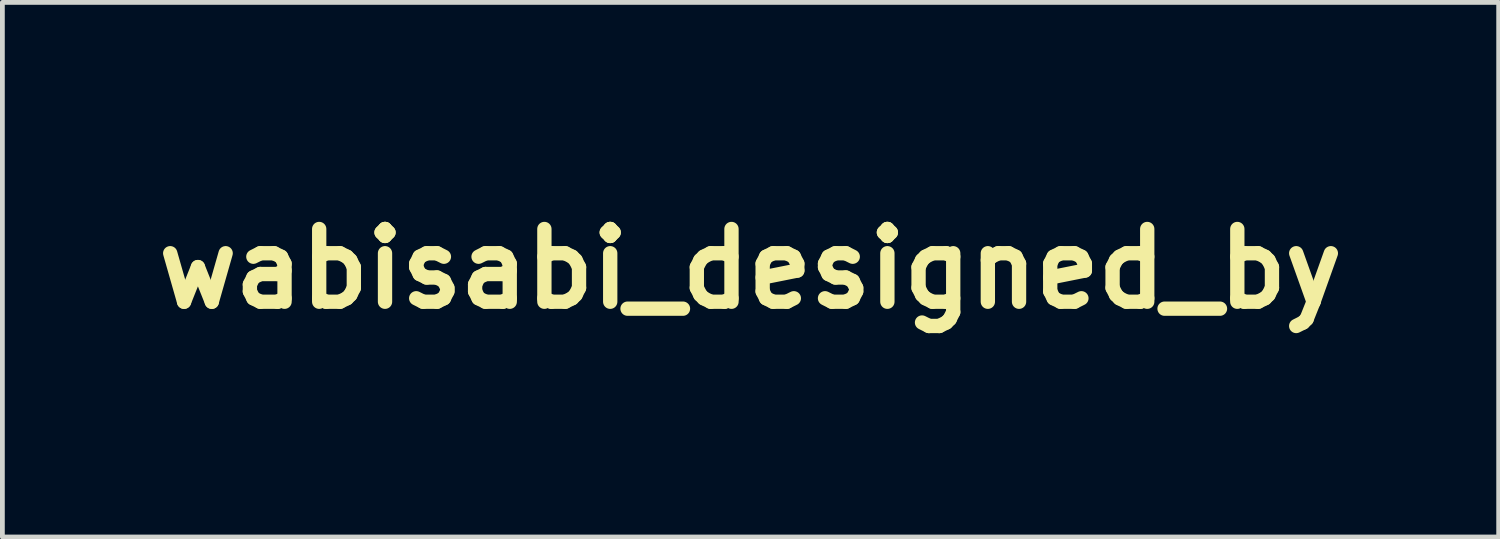
<source format=kicad_pcb>
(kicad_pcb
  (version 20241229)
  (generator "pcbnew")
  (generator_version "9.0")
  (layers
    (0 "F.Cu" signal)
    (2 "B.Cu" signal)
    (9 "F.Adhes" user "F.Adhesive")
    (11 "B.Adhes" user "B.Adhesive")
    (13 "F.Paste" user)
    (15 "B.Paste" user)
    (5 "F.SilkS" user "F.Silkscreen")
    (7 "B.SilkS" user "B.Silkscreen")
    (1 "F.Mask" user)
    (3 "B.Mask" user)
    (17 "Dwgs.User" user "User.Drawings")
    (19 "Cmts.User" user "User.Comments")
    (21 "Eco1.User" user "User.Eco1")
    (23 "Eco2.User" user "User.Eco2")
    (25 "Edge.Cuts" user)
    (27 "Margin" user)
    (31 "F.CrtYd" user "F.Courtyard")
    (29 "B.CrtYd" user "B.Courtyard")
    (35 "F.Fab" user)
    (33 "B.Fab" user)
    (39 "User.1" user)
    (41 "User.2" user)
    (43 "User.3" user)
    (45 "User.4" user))
  (footprint "wabisabi_designed_by"
    (layer "F.Cu")
    (at 12.671 2.581)
    (property "Reference" "wabisabi_designed_by" (at 0 0 0) (layer "F.SilkS") (effects (font (size 1.524 1.524) (thickness 0.3))))
    (attr through_hole)
    (fp_poly (pts (xy -4.189 1.255) (xy -4.173 1.324) (xy -4.19 1.396) (xy -4.245 1.415) (xy -4.302 1.394) (xy -4.318 1.324) (xy -4.301 1.253) (xy -4.245 1.234) (xy -4.189 1.255)) (stroke (width 0.01) (type solid)) (fill yes) (layer "F.Mask"))
    (fp_poly (pts (xy 3.629 -1.959) (xy 2.83 -1.959) (xy 2.83 0.036) (xy 2.25 0.036) (xy 2.25 -2.359) (xy 2.431 -2.359) (xy 2.431 -0.145) (xy 2.649 -0.145) (xy 2.649 -2.141) (xy 3.447 -2.141) (xy 3.447 -2.359) (xy 2.431 -2.359) (xy 2.25 -2.359) (xy 2.25 -2.54) (xy 3.629 -2.54) (xy 3.629 -1.959)) (stroke (width 0.01) (type solid)) (fill yes) (layer "F.Mask"))
    (fp_poly (pts (xy 11.757 0.472) (xy 10.414 0.472) (xy 10.414 0.073) (xy 10.595 0.073) (xy 10.595 0.29) (xy 11.575 0.29) (xy 11.575 -1.923) (xy 11.394 -1.923) (xy 11.394 0.073) (xy 10.595 0.073) (xy 10.414 0.073) (xy 10.414 -0.109) (xy 11.212 -0.109) (xy 11.212 -2.105) (xy 11.757 -2.105) (xy 11.757 0.472)) (stroke (width 0.01) (type solid)) (fill yes) (layer "F.Mask"))
    (fp_poly (pts (xy 5.76 -2.533) (xy 5.846 -2.521) (xy 5.887 -2.491) (xy 5.903 -2.419) (xy 5.908 -2.369) (xy 5.919 -2.216) (xy 6.361 -2.205) (xy 6.804 -2.195) (xy 6.824 -1.488) (xy 6.531 -1.488) (xy 6.531 -1.959) (xy 4.971 -1.959) (xy 4.971 -1.524) (xy 4.714 -1.524) (xy 4.735 -2.195) (xy 5.624 -2.216) (xy 5.624 -2.544) (xy 5.76 -2.533)) (stroke (width 0.01) (type solid)) (fill yes) (layer "F.Mask"))
    (fp_poly (pts (xy 8.387 -0.741) (xy 8.437 -0.702) (xy 8.492 -0.616) (xy 8.556 -0.475) (xy 8.619 -0.314) (xy 8.655 -0.208) (xy 8.663 -0.147) (xy 8.643 -0.114) (xy 8.633 -0.106) (xy 8.541 -0.075) (xy 8.463 -0.093) (xy 8.43 -0.136) (xy 8.404 -0.2) (xy 8.358 -0.307) (xy 8.303 -0.433) (xy 8.248 -0.565) (xy 8.227 -0.648) (xy 8.243 -0.698) (xy 8.298 -0.729) (xy 8.335 -0.742) (xy 8.387 -0.741)) (stroke (width 0.01) (type solid)) (fill yes) (layer "F.Mask"))
    (fp_poly (pts (xy 7.502 -0.735) (xy 7.514 -0.733) (xy 7.576 -0.71) (xy 7.608 -0.66) (xy 7.61 -0.574) (xy 7.581 -0.445) (xy 7.519 -0.266) (xy 7.432 -0.045) (xy 7.371 0.093) (xy 7.323 0.173) (xy 7.275 0.206) (xy 7.215 0.201) (xy 7.159 0.181) (xy 7.079 0.149) (xy 7.182 -0.08) (xy 7.248 -0.241) (xy 7.312 -0.417) (xy 7.347 -0.529) (xy 7.382 -0.648) (xy 7.412 -0.712) (xy 7.447 -0.736) (xy 7.502 -0.735)) (stroke (width 0.01) (type solid)) (fill yes) (layer "F.Mask"))
    (fp_poly (pts (xy -9.616 -1.923) (xy -10.524 -1.923) (xy -10.811 -1.924) (xy -11.033 -1.926) (xy -11.198 -1.93) (xy -11.315 -1.936) (xy -11.391 -1.946) (xy -11.434 -1.958) (xy -11.452 -1.974) (xy -11.452 -1.975) (xy -11.463 -2.056) (xy -11.46 -2.093) (xy -11.452 -2.114) (xy -11.43 -2.129) (xy -11.386 -2.141) (xy -11.312 -2.15) (xy -11.2 -2.157) (xy -11.041 -2.162) (xy -10.826 -2.165) (xy -10.547 -2.169) (xy -10.531 -2.169) (xy -9.616 -2.178) (xy -9.616 -1.923)) (stroke (width 0.01) (type solid)) (fill yes) (layer "F.Mask"))
    (fp_poly (pts (xy -4.214 1.529) (xy -4.193 1.551) (xy -4.181 1.603) (xy -4.175 1.698) (xy -4.173 1.848) (xy -4.173 1.923) (xy -4.174 2.098) (xy -4.178 2.212) (xy -4.187 2.28) (xy -4.204 2.312) (xy -4.232 2.322) (xy -4.245 2.322) (xy -4.277 2.318) (xy -4.298 2.296) (xy -4.31 2.243) (xy -4.316 2.148) (xy -4.318 1.998) (xy -4.318 1.923) (xy -4.317 1.748) (xy -4.313 1.634) (xy -4.304 1.567) (xy -4.286 1.534) (xy -4.259 1.524) (xy -4.245 1.524) (xy -4.214 1.529)) (stroke (width 0.01) (type solid)) (fill yes) (layer "F.Mask"))
    (fp_poly (pts (xy 7.947 -1.669) (xy 8.532 -1.669) (xy 8.52 -1.551) (xy 8.509 -1.433) (xy 8.228 -1.423) (xy 7.947 -1.412) (xy 7.947 -1.091) (xy 8.3 -1.081) (xy 8.654 -1.07) (xy 8.654 -0.853) (xy 8.055 -0.832) (xy 8.055 0.328) (xy 7.962 0.364) (xy 7.863 0.386) (xy 7.733 0.395) (xy 7.607 0.392) (xy 7.52 0.375) (xy 7.488 0.329) (xy 7.475 0.251) (xy 7.48 0.186) (xy 7.508 0.155) (xy 7.579 0.146) (xy 7.638 0.145) (xy 7.801 0.145) (xy 7.801 -0.835) (xy 7.112 -0.835) (xy 7.112 -1.089) (xy 7.654 -1.089) (xy 7.664 -1.533) (xy 7.674 -1.978) (xy 7.811 -1.989) (xy 7.947 -2) (xy 7.947 -1.669)) (stroke (width 0.01) (type solid)) (fill yes) (layer "F.Mask"))
    (fp_poly (pts (xy -6.551 1.287) (xy -6.374 1.339) (xy -6.242 1.43) (xy -6.223 1.45) (xy -6.183 1.511) (xy -6.16 1.592) (xy -6.151 1.715) (xy -6.15 1.796) (xy -6.155 1.947) (xy -6.17 2.046) (xy -6.201 2.114) (xy -6.223 2.142) (xy -6.348 2.24) (xy -6.517 2.299) (xy -6.74 2.322) (xy -6.784 2.322) (xy -7.039 2.322) (xy -7.039 1.415) (xy -6.858 1.415) (xy -6.858 2.177) (xy -6.675 2.177) (xy -6.547 2.168) (xy -6.46 2.136) (xy -6.403 2.088) (xy -6.344 2.011) (xy -6.318 1.915) (xy -6.314 1.819) (xy -6.318 1.701) (xy -6.329 1.607) (xy -6.336 1.58) (xy -6.398 1.508) (xy -6.51 1.45) (xy -6.649 1.419) (xy -6.711 1.415) (xy -6.858 1.415) (xy -7.039 1.415) (xy -7.039 1.27) (xy -6.784 1.27) (xy -6.551 1.287)) (stroke (width 0.01) (type solid)) (fill yes) (layer "F.Mask"))
    (fp_poly (pts (xy -1.996 -2.331) (xy -1.977 -2.329) (xy -1.894 -2.314) (xy -1.853 -2.294) (xy -1.852 -2.291) (xy -1.86 -2.246) (xy -1.881 -2.152) (xy -1.908 -2.032) (xy -1.942 -1.83) (xy -1.967 -1.577) (xy -1.982 -1.291) (xy -1.987 -0.992) (xy -1.981 -0.701) (xy -1.963 -0.437) (xy -1.941 -0.254) (xy -1.908 -0.05) (xy -1.887 0.093) (xy -1.878 0.186) (xy -1.883 0.241) (xy -1.903 0.268) (xy -1.937 0.279) (xy -1.982 0.283) (xy -2.076 0.276) (xy -2.119 0.233) (xy -2.16 0.083) (xy -2.194 -0.124) (xy -2.22 -0.375) (xy -2.237 -0.654) (xy -2.246 -0.947) (xy -2.246 -1.24) (xy -2.235 -1.518) (xy -2.214 -1.766) (xy -2.194 -1.909) (xy -2.162 -2.092) (xy -2.138 -2.215) (xy -2.115 -2.288) (xy -2.088 -2.325) (xy -2.05 -2.336) (xy -1.996 -2.331)) (stroke (width 0.01) (type solid)) (fill yes) (layer "F.Mask"))
    (fp_poly (pts (xy 4.627 -2.452) (xy 4.67 -2.435) (xy 4.694 -2.401) (xy 4.697 -2.34) (xy 4.679 -2.241) (xy 4.638 -2.093) (xy 4.586 -1.923) (xy 4.561 -1.84) (xy 4.541 -1.762) (xy 4.526 -1.679) (xy 4.515 -1.581) (xy 4.508 -1.458) (xy 4.504 -1.3) (xy 4.501 -1.096) (xy 4.5 -0.837) (xy 4.5 -0.626) (xy 4.499 0.399) (xy 4.209 0.399) (xy 4.209 -1.107) (xy 4.092 -0.916) (xy 4.027 -0.816) (xy 3.974 -0.747) (xy 3.948 -0.726) (xy 3.922 -0.757) (xy 3.89 -0.835) (xy 3.879 -0.869) (xy 3.858 -0.956) (xy 3.861 -1.023) (xy 3.895 -1.1) (xy 3.948 -1.186) (xy 4.125 -1.506) (xy 4.278 -1.869) (xy 4.366 -2.139) (xy 4.41 -2.279) (xy 4.453 -2.388) (xy 4.487 -2.452) (xy 4.497 -2.46) (xy 4.562 -2.463) (xy 4.627 -2.452)) (stroke (width 0.01) (type solid)) (fill yes) (layer "F.Mask"))
    (fp_poly (pts (xy 0.987 1.531) (xy 1.035 1.553) (xy 1.082 1.612) (xy 1.136 1.721) (xy 1.18 1.826) (xy 1.293 2.109) (xy 1.404 1.826) (xy 1.467 1.676) (xy 1.517 1.585) (xy 1.564 1.54) (xy 1.592 1.531) (xy 1.653 1.535) (xy 1.669 1.553) (xy 1.655 1.608) (xy 1.618 1.712) (xy 1.563 1.85) (xy 1.497 2.009) (xy 1.427 2.172) (xy 1.358 2.326) (xy 1.298 2.455) (xy 1.252 2.545) (xy 1.227 2.581) (xy 1.151 2.608) (xy 1.065 2.611) (xy 0.999 2.591) (xy 0.98 2.562) (xy 1.011 2.516) (xy 1.07 2.489) (xy 1.143 2.455) (xy 1.179 2.392) (xy 1.179 2.292) (xy 1.142 2.148) (xy 1.069 1.951) (xy 1.057 1.921) (xy 0.996 1.772) (xy 0.947 1.648) (xy 0.916 1.566) (xy 0.907 1.539) (xy 0.937 1.528) (xy 0.987 1.531)) (stroke (width 0.01) (type solid)) (fill yes) (layer "F.Mask"))
    (fp_poly (pts (xy 4.108 1.172) (xy 4.114 1.216) (xy 4.1 1.27) (xy 4.084 1.343) (xy 4.105 1.373) (xy 4.179 1.379) (xy 4.194 1.379) (xy 4.286 1.391) (xy 4.318 1.43) (xy 4.318 1.433) (xy 4.293 1.472) (xy 4.211 1.487) (xy 4.179 1.488) (xy 4.04 1.488) (xy 3.903 1.851) (xy 3.844 1.998) (xy 3.794 2.116) (xy 3.757 2.191) (xy 3.742 2.211) (xy 3.691 2.196) (xy 3.678 2.191) (xy 3.667 2.149) (xy 3.69 2.047) (xy 3.738 1.913) (xy 3.805 1.737) (xy 3.848 1.617) (xy 3.867 1.544) (xy 3.863 1.505) (xy 3.838 1.49) (xy 3.793 1.488) (xy 3.776 1.488) (xy 3.689 1.472) (xy 3.665 1.433) (xy 3.692 1.393) (xy 3.779 1.379) (xy 3.794 1.379) (xy 3.886 1.369) (xy 3.935 1.328) (xy 3.961 1.27) (xy 4.011 1.186) (xy 4.065 1.161) (xy 4.108 1.172)) (stroke (width 0.01) (type solid)) (fill yes) (layer "F.Mask"))
    (fp_poly (pts (xy -11.212 -1.174) (xy -11.145 -1.124) (xy -11.06 -1.053) (xy -11.224 -0.87) (xy -11.364 -0.689) (xy -11.437 -0.53) (xy -11.442 -0.39) (xy -11.379 -0.266) (xy -11.257 -0.159) (xy -11.103 -0.088) (xy -10.894 -0.04) (xy -10.642 -0.014) (xy -10.361 -0.011) (xy -10.065 -0.033) (xy -9.767 -0.079) (xy -9.725 -0.088) (xy -9.602 -0.11) (xy -9.509 -0.12) (xy -9.466 -0.114) (xy -9.442 -0.064) (xy -9.421 0.008) (xy -9.413 0.073) (xy -9.441 0.11) (xy -9.521 0.138) (xy -9.534 0.141) (xy -9.798 0.194) (xy -10.095 0.229) (xy -10.401 0.244) (xy -10.694 0.239) (xy -10.95 0.212) (xy -11.025 0.198) (xy -11.292 0.116) (xy -11.496 -0.000408) (xy -11.636 -0.145) (xy -11.709 -0.314) (xy -11.715 -0.503) (xy -11.652 -0.708) (xy -11.519 -0.924) (xy -11.423 -1.038) (xy -11.341 -1.122) (xy -11.279 -1.18) (xy -11.253 -1.196) (xy -11.212 -1.174)) (stroke (width 0.01) (type solid)) (fill yes) (layer "F.Mask"))
    (fp_poly (pts (xy -2.592 1.522) (xy -2.479 1.566) (xy -2.403 1.648) (xy -2.401 1.652) (xy -2.381 1.733) (xy -2.366 1.86) (xy -2.359 2.01) (xy -2.359 2.034) (xy -2.36 2.178) (xy -2.367 2.264) (xy -2.383 2.307) (xy -2.413 2.321) (xy -2.431 2.322) (xy -2.468 2.316) (xy -2.49 2.286) (xy -2.501 2.218) (xy -2.504 2.097) (xy -2.504 2.054) (xy -2.508 1.899) (xy -2.525 1.795) (xy -2.557 1.724) (xy -2.574 1.7) (xy -2.628 1.644) (xy -2.677 1.638) (xy -2.746 1.67) (xy -2.797 1.702) (xy -2.828 1.741) (xy -2.845 1.806) (xy -2.854 1.912) (xy -2.859 2.024) (xy -2.865 2.171) (xy -2.874 2.259) (xy -2.891 2.304) (xy -2.921 2.32) (xy -2.959 2.322) (xy -3.048 2.322) (xy -3.048 1.524) (xy -2.957 1.524) (xy -2.889 1.538) (xy -2.867 1.565) (xy -2.85 1.586) (xy -2.821 1.568) (xy -2.715 1.521) (xy -2.592 1.522)) (stroke (width 0.01) (type solid)) (fill yes) (layer "F.Mask"))
    (fp_poly (pts (xy -4.656 1.522) (xy -4.576 1.545) (xy -4.54 1.59) (xy -4.536 1.63) (xy -4.543 1.669) (xy -4.579 1.679) (xy -4.661 1.662) (xy -4.682 1.656) (xy -4.805 1.635) (xy -4.885 1.652) (xy -4.891 1.656) (xy -4.947 1.715) (xy -4.933 1.773) (xy -4.848 1.827) (xy -4.785 1.851) (xy -4.631 1.912) (xy -4.539 1.978) (xy -4.502 2.057) (xy -4.499 2.087) (xy -4.532 2.208) (xy -4.623 2.294) (xy -4.763 2.338) (xy -4.791 2.341) (xy -4.911 2.344) (xy -5.013 2.338) (xy -5.035 2.335) (xy -5.102 2.294) (xy -5.116 2.231) (xy -5.11 2.173) (xy -5.076 2.162) (xy -5.01 2.182) (xy -4.875 2.21) (xy -4.767 2.199) (xy -4.7 2.15) (xy -4.688 2.116) (xy -4.692 2.062) (xy -4.736 2.026) (xy -4.833 1.994) (xy -4.991 1.935) (xy -5.083 1.856) (xy -5.116 1.752) (xy -5.116 1.742) (xy -5.086 1.627) (xy -4.996 1.551) (xy -4.849 1.518) (xy -4.795 1.516) (xy -4.656 1.522)) (stroke (width 0.01) (type solid)) (fill yes) (layer "F.Mask"))
    (fp_poly (pts (xy -0.581 2.325) (xy -0.699 2.32) (xy -0.822 2.323) (xy -0.925 2.336) (xy -1.032 2.34) (xy -1.114 2.323) (xy -1.205 2.249) (xy -1.27 2.126) (xy -1.299 1.989) (xy -1.15 1.989) (xy -1.118 2.108) (xy -1.081 2.168) (xy -1.005 2.209) (xy -0.907 2.2) (xy -0.828 2.153) (xy -0.774 2.065) (xy -0.759 1.95) (xy -0.778 1.829) (xy -0.825 1.722) (xy -0.895 1.651) (xy -0.959 1.633) (xy -1.046 1.665) (xy -1.109 1.747) (xy -1.145 1.862) (xy -1.15 1.989) (xy -1.299 1.989) (xy -1.302 1.975) (xy -1.299 1.818) (xy -1.254 1.674) (xy -1.253 1.671) (xy -1.2 1.607) (xy -1.121 1.547) (xy -1.04 1.507) (xy -0.981 1.5) (xy -0.974 1.504) (xy -0.933 1.519) (xy -0.862 1.538) (xy -0.801 1.548) (xy -0.772 1.53) (xy -0.763 1.466) (xy -0.762 1.398) (xy -0.758 1.297) (xy -0.74 1.249) (xy -0.696 1.234) (xy -0.671 1.234) (xy -0.581 1.234) (xy -0.581 2.325)) (stroke (width 0.01) (type solid)) (fill yes) (layer "F.Mask"))
    (fp_poly (pts (xy 0.217 1.239) (xy 0.244 1.269) (xy 0.253 1.34) (xy 0.254 1.42) (xy 0.258 1.528) (xy 0.271 1.574) (xy 0.298 1.569) (xy 0.299 1.568) (xy 0.408 1.523) (xy 0.551 1.527) (xy 0.589 1.535) (xy 0.689 1.595) (xy 0.756 1.702) (xy 0.791 1.839) (xy 0.794 1.987) (xy 0.763 2.128) (xy 0.699 2.245) (xy 0.603 2.321) (xy 0.595 2.324) (xy 0.47 2.357) (xy 0.394 2.34) (xy 0.387 2.334) (xy 0.339 2.32) (xy 0.247 2.315) (xy 0.218 2.316) (xy 0.073 2.322) (xy 0.073 1.931) (xy 0.253 1.931) (xy 0.269 2.059) (xy 0.314 2.147) (xy 0.399 2.201) (xy 0.495 2.209) (xy 0.572 2.17) (xy 0.573 2.168) (xy 0.632 2.048) (xy 0.645 1.906) (xy 0.613 1.77) (xy 0.56 1.69) (xy 0.475 1.638) (xy 0.388 1.656) (xy 0.327 1.705) (xy 0.273 1.802) (xy 0.253 1.931) (xy 0.073 1.931) (xy 0.073 1.234) (xy 0.163 1.234) (xy 0.217 1.239)) (stroke (width 0.01) (type solid)) (fill yes) (layer "F.Mask"))
    (fp_poly (pts (xy 4.842 1.382) (xy 4.907 1.393) (xy 4.929 1.417) (xy 4.928 1.442) (xy 4.905 1.482) (xy 4.843 1.496) (xy 4.762 1.493) (xy 4.608 1.482) (xy 4.609 1.73) (xy 4.61 1.978) (xy 4.769 2.084) (xy 4.86 2.156) (xy 4.907 2.216) (xy 4.909 2.238) (xy 4.872 2.281) (xy 4.809 2.268) (xy 4.726 2.212) (xy 4.632 2.138) (xy 4.588 2.243) (xy 4.538 2.325) (xy 4.482 2.371) (xy 4.341 2.395) (xy 4.193 2.373) (xy 4.087 2.32) (xy 4.008 2.223) (xy 3.99 2.12) (xy 4.142 2.12) (xy 4.156 2.202) (xy 4.218 2.257) (xy 4.306 2.279) (xy 4.398 2.26) (xy 4.444 2.227) (xy 4.496 2.149) (xy 4.481 2.09) (xy 4.401 2.057) (xy 4.318 2.05) (xy 4.213 2.056) (xy 4.16 2.08) (xy 4.142 2.12) (xy 3.99 2.12) (xy 3.99 2.12) (xy 4.026 2.023) (xy 4.108 1.945) (xy 4.227 1.9) (xy 4.345 1.897) (xy 4.499 1.914) (xy 4.499 1.379) (xy 4.72 1.379) (xy 4.842 1.382)) (stroke (width 0.01) (type solid)) (fill yes) (layer "F.Mask"))
    (fp_poly (pts (xy -1.721 1.522) (xy -1.599 1.572) (xy -1.504 1.662) (xy -1.455 1.787) (xy -1.451 1.836) (xy -1.451 1.959) (xy -1.742 1.959) (xy -1.877 1.963) (xy -1.978 1.973) (xy -2.029 1.986) (xy -2.032 1.991) (xy -2.011 2.038) (xy -1.962 2.112) (xy -1.957 2.118) (xy -1.852 2.196) (xy -1.715 2.212) (xy -1.582 2.179) (xy -1.5 2.166) (xy -1.46 2.194) (xy -1.475 2.249) (xy -1.493 2.271) (xy -1.568 2.31) (xy -1.685 2.335) (xy -1.812 2.345) (xy -1.92 2.333) (xy -1.945 2.325) (xy -2.062 2.239) (xy -2.141 2.108) (xy -2.178 1.955) (xy -2.17 1.818) (xy -2.012 1.818) (xy -1.998 1.84) (xy -1.938 1.849) (xy -1.821 1.851) (xy -1.816 1.851) (xy -1.699 1.845) (xy -1.62 1.831) (xy -1.597 1.814) (xy -1.623 1.76) (xy -1.682 1.694) (xy -1.748 1.644) (xy -1.78 1.633) (xy -1.871 1.661) (xy -1.959 1.729) (xy -1.996 1.779) (xy -2.012 1.818) (xy -2.17 1.818) (xy -2.169 1.8) (xy -2.108 1.664) (xy -2.102 1.656) (xy -1.989 1.56) (xy -1.857 1.517) (xy -1.721 1.522)) (stroke (width 0.01) (type solid)) (fill yes) (layer "F.Mask"))
    (fp_poly (pts (xy -5.421 1.561) (xy -5.319 1.652) (xy -5.266 1.781) (xy -5.261 1.836) (xy -5.261 1.959) (xy -5.548 1.959) (xy -5.691 1.961) (xy -5.775 1.967) (xy -5.814 1.982) (xy -5.821 2.01) (xy -5.817 2.03) (xy -5.755 2.141) (xy -5.648 2.2) (xy -5.525 2.204) (xy -5.417 2.184) (xy -5.333 2.162) (xy -5.325 2.159) (xy -5.274 2.155) (xy -5.261 2.206) (xy -5.294 2.272) (xy -5.379 2.321) (xy -5.496 2.349) (xy -5.626 2.352) (xy -5.75 2.325) (xy -5.755 2.323) (xy -5.83 2.273) (xy -5.908 2.195) (xy -5.913 2.189) (xy -5.963 2.11) (xy -5.982 2.022) (xy -5.979 1.896) (xy -5.96 1.803) (xy -5.806 1.803) (xy -5.75 1.837) (xy -5.626 1.85) (xy -5.603 1.851) (xy -5.487 1.847) (xy -5.429 1.834) (xy -5.411 1.806) (xy -5.413 1.788) (xy -5.452 1.727) (xy -5.521 1.673) (xy -5.596 1.639) (xy -5.658 1.65) (xy -5.711 1.681) (xy -5.793 1.751) (xy -5.806 1.803) (xy -5.96 1.803) (xy -5.944 1.725) (xy -5.87 1.608) (xy -5.749 1.539) (xy -5.718 1.529) (xy -5.559 1.517) (xy -5.421 1.561)) (stroke (width 0.01) (type solid)) (fill yes) (layer "F.Mask"))
    (fp_poly (pts (xy -3.522 1.53) (xy -3.464 1.561) (xy -3.42 1.585) (xy -3.411 1.565) (xy -3.381 1.532) (xy -3.338 1.524) (xy -3.306 1.529) (xy -3.286 1.551) (xy -3.273 1.603) (xy -3.268 1.699) (xy -3.266 1.849) (xy -3.266 1.921) (xy -3.271 2.151) (xy -3.287 2.321) (xy -3.316 2.441) (xy -3.362 2.524) (xy -3.403 2.563) (xy -3.47 2.588) (xy -3.575 2.605) (xy -3.693 2.612) (xy -3.796 2.608) (xy -3.856 2.59) (xy -3.858 2.588) (xy -3.879 2.535) (xy -3.883 2.499) (xy -3.873 2.456) (xy -3.83 2.455) (xy -3.784 2.47) (xy -3.645 2.492) (xy -3.526 2.446) (xy -3.461 2.375) (xy -3.427 2.301) (xy -3.429 2.257) (xy -3.463 2.256) (xy -3.491 2.279) (xy -3.567 2.314) (xy -3.677 2.32) (xy -3.786 2.297) (xy -3.812 2.285) (xy -3.907 2.196) (xy -3.965 2.066) (xy -3.973 2.006) (xy -3.809 2.006) (xy -3.785 2.105) (xy -3.765 2.135) (xy -3.681 2.174) (xy -3.58 2.163) (xy -3.49 2.108) (xy -3.452 2.054) (xy -3.421 1.934) (xy -3.434 1.819) (xy -3.482 1.723) (xy -3.554 1.66) (xy -3.64 1.642) (xy -3.73 1.681) (xy -3.739 1.689) (xy -3.784 1.767) (xy -3.808 1.883) (xy -3.809 2.006) (xy -3.973 2.006) (xy -3.984 1.914) (xy -3.962 1.763) (xy -3.897 1.634) (xy -3.873 1.607) (xy -3.769 1.542) (xy -3.642 1.515) (xy -3.522 1.53)) (stroke (width 0.01) (type solid)) (fill yes) (layer "F.Mask"))
    (fp_poly (pts (xy -0.145 -1.851) (xy 0.399 -1.851) (xy 0.399 -1.633) (xy -0.145 -1.633) (xy -0.145 -0.597) (xy 0.127 -0.365) (xy 0.243 -0.262) (xy 0.334 -0.174) (xy 0.389 -0.111) (xy 0.399 -0.091) (xy 0.374 -0.036) (xy 0.317 0.027) (xy 0.257 0.069) (xy 0.241 0.073) (xy 0.203 0.05) (xy 0.129 -0.011) (xy 0.037 -0.094) (xy -0.141 -0.26) (xy -0.179 -0.119) (xy -0.261 0.059) (xy -0.399 0.19) (xy -0.494 0.24) (xy -0.621 0.272) (xy -0.786 0.286) (xy -0.955 0.28) (xy -1.092 0.256) (xy -1.255 0.18) (xy -1.385 0.07) (xy -1.435 -0.004) (xy -1.476 -0.14) (xy -1.485 -0.306) (xy -1.485 -0.308) (xy -1.233 -0.308) (xy -1.205 -0.161) (xy -1.193 -0.132) (xy -1.129 -0.044) (xy -1.025 0.009) (xy -0.869 0.032) (xy -0.806 0.034) (xy -0.677 0.028) (xy -0.593 0.002) (xy -0.529 -0.049) (xy -0.469 -0.136) (xy -0.427 -0.246) (xy -0.408 -0.357) (xy -0.417 -0.443) (xy -0.441 -0.476) (xy -0.566 -0.529) (xy -0.727 -0.562) (xy -0.888 -0.568) (xy -0.934 -0.563) (xy -1.094 -0.514) (xy -1.195 -0.427) (xy -1.233 -0.308) (xy -1.485 -0.308) (xy -1.462 -0.466) (xy -1.433 -0.546) (xy -1.337 -0.657) (xy -1.187 -0.742) (xy -0.998 -0.795) (xy -0.786 -0.814) (xy -0.564 -0.793) (xy -0.535 -0.788) (xy -0.399 -0.759) (xy -0.399 -1.633) (xy -1.415 -1.633) (xy -1.415 -1.851) (xy -0.399 -1.851) (xy -0.399 -2.395) (xy -0.145 -2.395) (xy -0.145 -1.851)) (stroke (width 0.01) (type solid)) (fill yes) (layer "F.Mask"))
    (fp_poly (pts (xy -7.866 -2.345) (xy -7.842 -2.279) (xy -7.829 -2.213) (xy -7.799 -2.061) (xy -7.764 -1.895) (xy -7.728 -1.73) (xy -7.693 -1.582) (xy -7.664 -1.464) (xy -7.644 -1.393) (xy -7.637 -1.379) (xy -7.6 -1.391) (xy -7.512 -1.423) (xy -7.39 -1.469) (xy -7.352 -1.484) (xy -7.221 -1.531) (xy -7.062 -1.582) (xy -6.889 -1.635) (xy -6.718 -1.684) (xy -6.561 -1.725) (xy -6.435 -1.755) (xy -6.353 -1.77) (xy -6.329 -1.769) (xy -6.312 -1.727) (xy -6.293 -1.645) (xy -6.292 -1.644) (xy -6.27 -1.534) (xy -6.537 -1.469) (xy -6.828 -1.389) (xy -7.124 -1.294) (xy -7.396 -1.193) (xy -7.603 -1.103) (xy -7.762 -1.011) (xy -7.915 -0.896) (xy -8.047 -0.773) (xy -8.143 -0.656) (xy -8.184 -0.572) (xy -8.189 -0.413) (xy -8.129 -0.268) (xy -8.013 -0.147) (xy -7.846 -0.06) (xy -7.776 -0.038) (xy -7.631 -0.014) (xy -7.43 0.000105) (xy -7.191 0.005) (xy -6.929 0.001) (xy -6.661 -0.013) (xy -6.595 -0.018) (xy -6.287 -0.044) (xy -6.262 0.056) (xy -6.254 0.139) (xy -6.268 0.187) (xy -6.315 0.201) (xy -6.418 0.216) (xy -6.562 0.229) (xy -6.696 0.238) (xy -6.868 0.247) (xy -7.021 0.256) (xy -7.136 0.263) (xy -7.185 0.268) (xy -7.263 0.269) (xy -7.389 0.264) (xy -7.539 0.253) (xy -7.579 0.25) (xy -7.876 0.199) (xy -8.115 0.109) (xy -8.296 -0.022) (xy -8.373 -0.117) (xy -8.455 -0.301) (xy -8.47 -0.498) (xy -8.423 -0.697) (xy -8.317 -0.889) (xy -8.154 -1.061) (xy -8.087 -1.114) (xy -7.994 -1.188) (xy -7.935 -1.251) (xy -7.921 -1.284) (xy -7.939 -1.348) (xy -7.964 -1.461) (xy -7.995 -1.608) (xy -8.028 -1.773) (xy -8.06 -1.941) (xy -8.088 -2.098) (xy -8.11 -2.226) (xy -8.122 -2.312) (xy -8.123 -2.339) (xy -8.079 -2.354) (xy -7.993 -2.366) (xy -7.983 -2.367) (xy -7.907 -2.368) (xy -7.866 -2.345)) (stroke (width 0.01) (type solid)) (fill yes) (layer "F.Mask"))
    (fp_poly (pts (xy -3.908 -2.201) (xy -3.617 -2.144) (xy -3.354 -2.024) (xy -3.129 -1.85) (xy -2.951 -1.626) (xy -2.896 -1.527) (xy -2.856 -1.433) (xy -2.831 -1.334) (xy -2.818 -1.209) (xy -2.814 -1.037) (xy -2.814 -0.998) (xy -2.816 -0.819) (xy -2.825 -0.69) (xy -2.846 -0.587) (xy -2.882 -0.489) (xy -2.906 -0.435) (xy -3.034 -0.209) (xy -3.18 -0.041) (xy -3.355 0.081) (xy -3.372 0.09) (xy -3.543 0.165) (xy -3.682 0.202) (xy -3.779 0.2) (xy -3.823 0.163) (xy -3.847 0.068) (xy -3.826 0.002) (xy -3.749 -0.049) (xy -3.651 -0.085) (xy -3.46 -0.179) (xy -3.289 -0.325) (xy -3.16 -0.504) (xy -3.117 -0.602) (xy -3.083 -0.751) (xy -3.069 -0.933) (xy -3.073 -1.122) (xy -3.096 -1.292) (xy -3.136 -1.415) (xy -3.281 -1.627) (xy -3.471 -1.794) (xy -3.69 -1.906) (xy -3.838 -1.944) (xy -3.982 -1.967) (xy -4.026 -1.616) (xy -4.092 -1.191) (xy -4.176 -0.82) (xy -4.276 -0.507) (xy -4.391 -0.253) (xy -4.52 -0.062) (xy -4.661 0.066) (xy -4.813 0.128) (xy -4.974 0.12) (xy -5.063 0.088) (xy -5.221 -0.025) (xy -5.348 -0.192) (xy -5.441 -0.4) (xy -5.497 -0.636) (xy -5.514 -0.887) (xy -5.513 -0.894) (xy -5.256 -0.894) (xy -5.233 -0.623) (xy -5.212 -0.539) (xy -5.138 -0.347) (xy -5.048 -0.219) (xy -4.947 -0.158) (xy -4.84 -0.165) (xy -4.73 -0.242) (xy -4.658 -0.333) (xy -4.566 -0.509) (xy -4.48 -0.754) (xy -4.4 -1.069) (xy -4.326 -1.454) (xy -4.27 -1.819) (xy -4.251 -1.951) (xy -4.421 -1.907) (xy -4.628 -1.837) (xy -4.796 -1.741) (xy -4.949 -1.609) (xy -5.11 -1.4) (xy -5.213 -1.157) (xy -5.256 -0.894) (xy -5.513 -0.894) (xy -5.487 -1.14) (xy -5.416 -1.382) (xy -5.398 -1.423) (xy -5.244 -1.674) (xy -5.038 -1.883) (xy -4.786 -2.043) (xy -4.498 -2.151) (xy -4.182 -2.203) (xy -3.908 -2.201)) (stroke (width 0.01) (type solid)) (fill yes) (layer "F.Mask"))
    (fp_poly (pts (xy 5.606 1.176) (xy 5.623 1.234) (xy 5.624 1.267) (xy 5.624 1.379) (xy 5.896 1.379) (xy 6.04 1.382) (xy 6.124 1.392) (xy 6.162 1.412) (xy 6.169 1.433) (xy 6.154 1.462) (xy 6.102 1.479) (xy 6 1.487) (xy 5.9 1.488) (xy 5.754 1.491) (xy 5.666 1.503) (xy 5.621 1.527) (xy 5.61 1.545) (xy 5.587 1.624) (xy 5.599 1.672) (xy 5.657 1.696) (xy 5.772 1.705) (xy 5.842 1.705) (xy 5.98 1.709) (xy 6.059 1.72) (xy 6.092 1.743) (xy 6.096 1.76) (xy 6.081 1.789) (xy 6.027 1.806) (xy 5.922 1.813) (xy 5.842 1.814) (xy 5.588 1.814) (xy 5.589 1.987) (xy 5.597 2.129) (xy 5.63 2.214) (xy 5.7 2.256) (xy 5.82 2.268) (xy 5.844 2.268) (xy 5.966 2.261) (xy 6.042 2.235) (xy 6.101 2.18) (xy 6.101 2.179) (xy 6.154 2.072) (xy 6.152 2.007) (xy 6.148 1.943) (xy 6.191 1.923) (xy 6.204 1.923) (xy 6.255 1.937) (xy 6.275 1.993) (xy 6.277 2.047) (xy 6.271 2.15) (xy 6.255 2.228) (xy 6.255 2.23) (xy 6.192 2.303) (xy 6.079 2.357) (xy 5.937 2.389) (xy 5.787 2.396) (xy 5.65 2.376) (xy 5.549 2.328) (xy 5.499 2.271) (xy 5.469 2.187) (xy 5.452 2.056) (xy 5.45 2.037) (xy 5.434 1.814) (xy 5.275 1.814) (xy 5.168 1.806) (xy 5.121 1.78) (xy 5.116 1.762) (xy 5.144 1.725) (xy 5.232 1.703) (xy 5.289 1.698) (xy 5.394 1.688) (xy 5.447 1.665) (xy 5.468 1.618) (xy 5.472 1.587) (xy 5.475 1.527) (xy 5.451 1.497) (xy 5.383 1.488) (xy 5.318 1.488) (xy 5.21 1.481) (xy 5.16 1.457) (xy 5.153 1.433) (xy 5.174 1.397) (xy 5.248 1.381) (xy 5.313 1.379) (xy 5.414 1.375) (xy 5.463 1.354) (xy 5.482 1.305) (xy 5.486 1.279) (xy 5.517 1.197) (xy 5.561 1.168) (xy 5.606 1.176)) (stroke (width 0.01) (type solid)) (fill yes) (layer "F.Mask"))
    (fp_poly (pts (xy 8.745 -2.286) (xy 10.015 -2.286) (xy 10.015 -1.923) (xy 10.014 -1.758) (xy 10.009 -1.652) (xy 9.998 -1.593) (xy 9.978 -1.566) (xy 9.946 -1.56) (xy 9.943 -1.56) (xy 9.878 -1.53) (xy 9.849 -1.46) (xy 9.775 -1.183) (xy 9.678 -0.912) (xy 9.567 -0.672) (xy 9.466 -0.502) (xy 9.425 -0.419) (xy 9.419 -0.35) (xy 9.42 -0.348) (xy 9.461 -0.297) (xy 9.547 -0.219) (xy 9.661 -0.127) (xy 9.786 -0.035) (xy 9.907 0.046) (xy 10.006 0.102) (xy 10.084 0.147) (xy 10.123 0.186) (xy 10.124 0.191) (xy 10.109 0.241) (xy 10.075 0.317) (xy 10.04 0.382) (xy 10.032 0.393) (xy 9.992 0.388) (xy 9.909 0.349) (xy 9.796 0.285) (xy 9.669 0.205) (xy 9.543 0.117) (xy 9.435 0.034) (xy 9.211 -0.152) (xy 9.037 -0.005) (xy 8.936 0.074) (xy 8.813 0.162) (xy 8.683 0.249) (xy 8.562 0.324) (xy 8.466 0.378) (xy 8.412 0.399) (xy 8.411 0.399) (xy 8.374 0.373) (xy 8.33 0.318) (xy 8.288 0.251) (xy 8.273 0.214) (xy 8.302 0.186) (xy 8.379 0.133) (xy 8.487 0.066) (xy 8.502 0.057) (xy 8.646 -0.034) (xy 8.791 -0.136) (xy 8.89 -0.214) (xy 9.049 -0.351) (xy 8.899 -0.656) (xy 8.807 -0.859) (xy 8.734 -1.05) (xy 8.683 -1.217) (xy 8.659 -1.349) (xy 8.663 -1.434) (xy 8.679 -1.456) (xy 8.78 -1.491) (xy 8.863 -1.466) (xy 8.91 -1.389) (xy 8.911 -1.388) (xy 8.955 -1.219) (xy 9.014 -1.038) (xy 9.078 -0.871) (xy 9.138 -0.745) (xy 9.148 -0.728) (xy 9.224 -0.603) (xy 9.311 -0.746) (xy 9.406 -0.928) (xy 9.491 -1.138) (xy 9.552 -1.34) (xy 9.563 -1.391) (xy 9.588 -1.524) (xy 8.563 -1.524) (xy 8.563 -1.778) (xy 9.725 -1.778) (xy 9.725 -2.068) (xy 7.475 -2.068) (xy 7.475 -1.524) (xy 7.221 -1.524) (xy 7.221 -2.286) (xy 8.455 -2.286) (xy 8.455 -2.576) (xy 8.745 -2.576) (xy 8.745 -2.286)) (stroke (width 0.01) (type solid)) (fill yes) (layer "F.Mask"))
    (fp_poly (pts (xy 2.861 1.45) (xy 2.859 1.582) (xy 2.881 1.659) (xy 2.94 1.695) (xy 3.049 1.705) (xy 3.075 1.705) (xy 3.126 1.697) (xy 3.15 1.659) (xy 3.157 1.573) (xy 3.157 1.542) (xy 3.162 1.44) (xy 3.181 1.392) (xy 3.224 1.379) (xy 3.229 1.379) (xy 3.271 1.388) (xy 3.293 1.425) (xy 3.301 1.509) (xy 3.302 1.577) (xy 3.305 1.694) (xy 3.322 1.762) (xy 3.363 1.805) (xy 3.413 1.834) (xy 3.493 1.892) (xy 3.508 1.941) (xy 3.469 1.968) (xy 3.384 1.96) (xy 3.334 1.943) (xy 3.292 1.943) (xy 3.266 1.994) (xy 3.254 2.054) (xy 3.218 2.166) (xy 3.155 2.267) (xy 3.079 2.344) (xy 3.004 2.385) (xy 2.941 2.379) (xy 2.92 2.357) (xy 2.929 2.312) (xy 2.983 2.252) (xy 2.99 2.246) (xy 3.048 2.179) (xy 3.101 2.084) (xy 3.141 1.983) (xy 3.157 1.901) (xy 3.148 1.865) (xy 3.101 1.848) (xy 3.012 1.829) (xy 2.98 1.825) (xy 2.886 1.816) (xy 2.839 1.833) (xy 2.816 1.886) (xy 2.811 1.91) (xy 2.757 2.118) (xy 2.701 2.261) (xy 2.644 2.334) (xy 2.642 2.336) (xy 2.549 2.356) (xy 2.45 2.321) (xy 2.359 2.245) (xy 2.29 2.143) (xy 2.257 2.028) (xy 2.259 1.998) (xy 2.395 1.998) (xy 2.416 2.108) (xy 2.472 2.187) (xy 2.538 2.213) (xy 2.584 2.196) (xy 2.618 2.134) (xy 2.647 2.027) (xy 2.666 1.918) (xy 2.672 1.842) (xy 2.667 1.821) (xy 2.626 1.822) (xy 2.546 1.85) (xy 2.521 1.862) (xy 2.423 1.93) (xy 2.395 1.998) (xy 2.259 1.998) (xy 2.263 1.949) (xy 2.325 1.84) (xy 2.445 1.755) (xy 2.586 1.708) (xy 2.661 1.686) (xy 2.697 1.644) (xy 2.712 1.558) (xy 2.714 1.532) (xy 2.726 1.379) (xy 2.542 1.379) (xy 2.433 1.375) (xy 2.378 1.359) (xy 2.359 1.324) (xy 2.359 1.306) (xy 2.365 1.268) (xy 2.396 1.247) (xy 2.466 1.236) (xy 2.59 1.234) (xy 2.616 1.234) (xy 2.873 1.234) (xy 2.861 1.45)) (stroke (width 0.01) (type solid)) (fill yes) (layer "F.Mask"))
    (fp_poly (pts (xy 6.413 -1.833) (xy 6.454 -1.772) (xy 6.46 -1.758) (xy 6.479 -1.667) (xy 6.464 -1.624) (xy 6.417 -1.598) (xy 6.318 -1.557) (xy 6.182 -1.505) (xy 6.073 -1.467) (xy 5.715 -1.344) (xy 5.704 -1.108) (xy 5.699 -1.017) (xy 5.697 -0.952) (xy 5.71 -0.908) (xy 5.747 -0.885) (xy 5.817 -0.879) (xy 5.93 -0.888) (xy 6.095 -0.908) (xy 6.323 -0.938) (xy 6.332 -0.94) (xy 6.516 -0.962) (xy 6.675 -0.979) (xy 6.794 -0.99) (xy 6.859 -0.992) (xy 6.867 -0.99) (xy 6.887 -0.947) (xy 6.894 -0.87) (xy 6.884 -0.795) (xy 6.837 -0.759) (xy 6.776 -0.746) (xy 6.686 -0.732) (xy 6.55 -0.713) (xy 6.387 -0.692) (xy 6.213 -0.67) (xy 6.044 -0.649) (xy 5.898 -0.632) (xy 5.792 -0.621) (xy 5.744 -0.617) (xy 5.72 -0.597) (xy 5.706 -0.53) (xy 5.698 -0.407) (xy 5.697 -0.276) (xy 5.699 -0.11) (xy 5.707 -0.004) (xy 5.723 0.057) (xy 5.749 0.084) (xy 5.754 0.087) (xy 5.834 0.101) (xy 5.961 0.108) (xy 6.108 0.107) (xy 6.249 0.099) (xy 6.36 0.085) (xy 6.397 0.075) (xy 6.459 0.042) (xy 6.501 -0.012) (xy 6.529 -0.103) (xy 6.55 -0.245) (xy 6.556 -0.298) (xy 6.578 -0.512) (xy 6.709 -0.501) (xy 6.84 -0.49) (xy 6.827 -0.257) (xy 6.802 -0.03) (xy 6.755 0.134) (xy 6.684 0.243) (xy 6.619 0.289) (xy 6.542 0.31) (xy 6.412 0.328) (xy 6.247 0.343) (xy 6.067 0.352) (xy 5.891 0.356) (xy 5.739 0.354) (xy 5.628 0.343) (xy 5.606 0.339) (xy 5.524 0.309) (xy 5.467 0.264) (xy 5.432 0.191) (xy 5.414 0.077) (xy 5.407 -0.092) (xy 5.407 -0.189) (xy 5.406 -0.363) (xy 5.401 -0.476) (xy 5.392 -0.541) (xy 5.375 -0.568) (xy 5.349 -0.569) (xy 5.343 -0.568) (xy 5.274 -0.555) (xy 5.16 -0.539) (xy 5.062 -0.527) (xy 4.921 -0.511) (xy 4.79 -0.494) (xy 4.726 -0.484) (xy 4.648 -0.475) (xy 4.615 -0.498) (xy 4.608 -0.571) (xy 4.608 -0.595) (xy 4.618 -0.687) (xy 4.651 -0.725) (xy 4.672 -0.729) (xy 4.735 -0.735) (xy 4.85 -0.748) (xy 4.996 -0.766) (xy 5.062 -0.774) (xy 5.388 -0.816) (xy 5.399 -1.057) (xy 5.41 -1.297) (xy 5.254 -1.267) (xy 5.118 -1.247) (xy 4.983 -1.236) (xy 4.962 -1.235) (xy 4.873 -1.239) (xy 4.835 -1.265) (xy 4.826 -1.33) (xy 4.826 -1.344) (xy 4.826 -1.393) (xy 4.834 -1.427) (xy 4.862 -1.452) (xy 4.92 -1.473) (xy 5.02 -1.493) (xy 5.174 -1.519) (xy 5.292 -1.537) (xy 5.584 -1.595) (xy 5.905 -1.68) (xy 6.217 -1.78) (xy 6.359 -1.833) (xy 6.413 -1.833)) (stroke (width 0.01) (type solid)) (fill yes) (layer "F.Mask")))
  (gr_rect
    (start -3 -3)
    (end 28.342 8.198)
    (stroke (width 0.1) (type default))
    (fill no)
    (layer "Edge.Cuts")))
</source>
